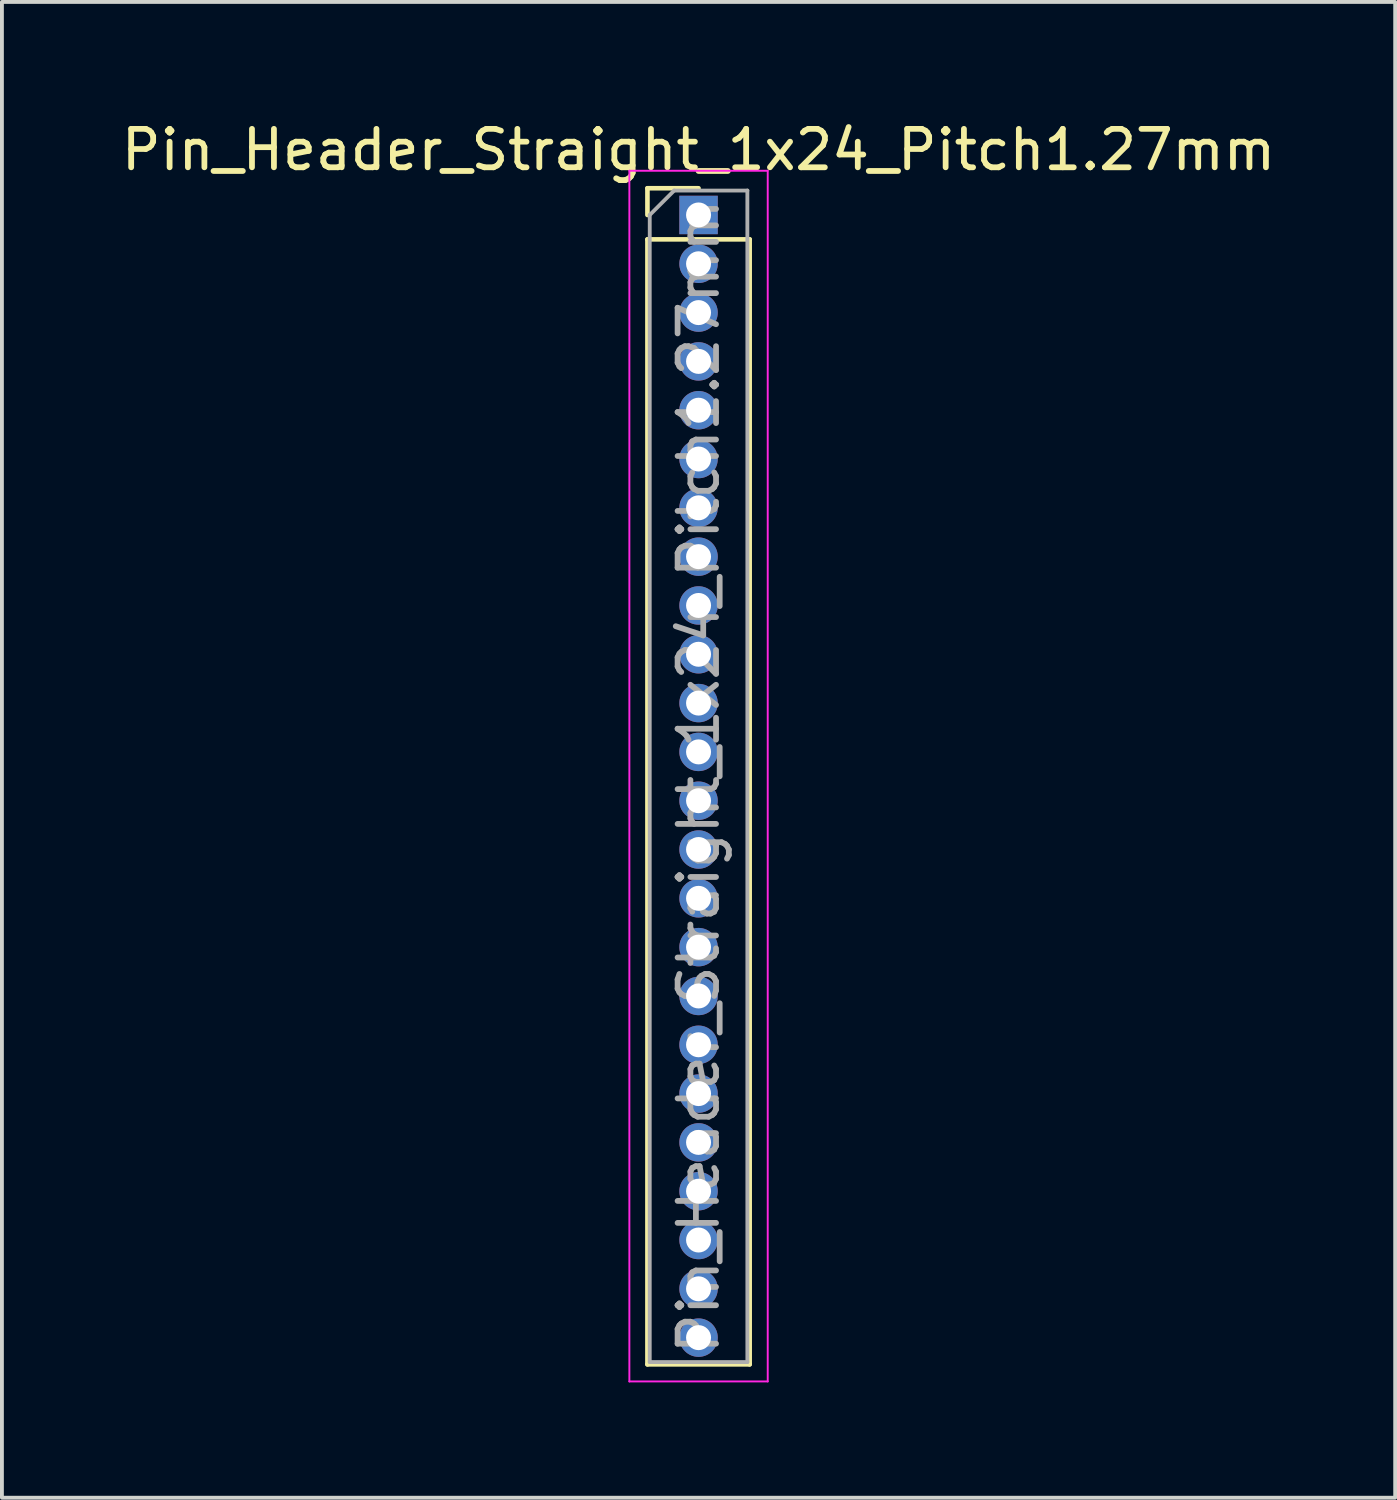
<source format=kicad_pcb>
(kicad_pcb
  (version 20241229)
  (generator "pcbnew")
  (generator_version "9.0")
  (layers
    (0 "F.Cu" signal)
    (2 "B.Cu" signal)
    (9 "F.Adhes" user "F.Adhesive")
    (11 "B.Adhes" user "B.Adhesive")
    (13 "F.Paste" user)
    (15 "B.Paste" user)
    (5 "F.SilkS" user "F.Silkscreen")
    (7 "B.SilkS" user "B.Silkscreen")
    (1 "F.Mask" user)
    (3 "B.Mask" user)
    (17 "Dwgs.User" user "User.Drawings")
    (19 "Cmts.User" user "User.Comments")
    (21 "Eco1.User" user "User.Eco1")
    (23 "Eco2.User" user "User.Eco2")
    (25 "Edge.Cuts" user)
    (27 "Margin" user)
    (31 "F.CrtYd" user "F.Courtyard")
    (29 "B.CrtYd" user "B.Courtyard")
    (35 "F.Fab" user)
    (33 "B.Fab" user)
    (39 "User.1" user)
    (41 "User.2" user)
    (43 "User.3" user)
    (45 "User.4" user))
  (footprint "Pin_Header_Straight_1x24_Pitch1.27mm"
    (layer "F.Cu")
    (at 15.125 2.543)
    (property "Reference" "Pin_Header_Straight_1x24_Pitch1.27mm" (at 0 -1.695 0) (layer "F.SilkS") (effects (font (size 1 1) (thickness 0.15))))
    (attr through_hole)
    (fp_line (start -1.33 -0.695) (end 0 -0.695) (stroke (width 0.12) (type solid)) (layer "F.SilkS"))
    (fp_line (start -1.33 0) (end -1.33 -0.695) (stroke (width 0.12) (type solid)) (layer "F.SilkS"))
    (fp_line (start -1.33 0.635) (end -1.33 29.905) (stroke (width 0.12) (type solid)) (layer "F.SilkS"))
    (fp_line (start -1.33 29.905) (end 1.33 29.905) (stroke (width 0.12) (type solid)) (layer "F.SilkS"))
    (fp_line (start 1.33 0.635) (end -1.33 0.635) (stroke (width 0.12) (type solid)) (layer "F.SilkS"))
    (fp_line (start 1.33 29.905) (end 1.33 0.635) (stroke (width 0.12) (type solid)) (layer "F.SilkS"))
    (fp_line (start -1.8 -1.15) (end -1.8 30.35) (stroke (width 0.05) (type solid)) (layer "F.CrtYd"))
    (fp_line (start -1.8 30.35) (end 1.8 30.35) (stroke (width 0.05) (type solid)) (layer "F.CrtYd"))
    (fp_line (start 1.8 -1.15) (end -1.8 -1.15) (stroke (width 0.05) (type solid)) (layer "F.CrtYd"))
    (fp_line (start 1.8 30.35) (end 1.8 -1.15) (stroke (width 0.05) (type solid)) (layer "F.CrtYd"))
    (fp_line (start -1.27 0) (end -0.635 -0.635) (stroke (width 0.1) (type solid)) (layer "F.Fab"))
    (fp_line (start -1.27 29.845) (end -1.27 0) (stroke (width 0.1) (type solid)) (layer "F.Fab"))
    (fp_line (start -0.635 -0.635) (end 1.27 -0.635) (stroke (width 0.1) (type solid)) (layer "F.Fab"))
    (fp_line (start 1.27 -0.635) (end 1.27 29.845) (stroke (width 0.1) (type solid)) (layer "F.Fab"))
    (fp_line (start 1.27 29.845) (end -1.27 29.845) (stroke (width 0.1) (type solid)) (layer "F.Fab"))
    (fp_text user "${REFERENCE}" (at 0 14.605 90) (layer "F.Fab") (effects (font (size 1 1) (thickness 0.15))))
    (pad "1" thru_hole rect (at 0 0) (size 1 1) (drill 0.65) (layers "*.Cu" "*.Mask"))
    (pad "2" thru_hole oval (at 0 1.27) (size 1 1) (drill 0.65) (layers "*.Cu" "*.Mask"))
    (pad "3" thru_hole oval (at 0 2.54) (size 1 1) (drill 0.65) (layers "*.Cu" "*.Mask"))
    (pad "4" thru_hole oval (at 0 3.81) (size 1 1) (drill 0.65) (layers "*.Cu" "*.Mask"))
    (pad "5" thru_hole oval (at 0 5.08) (size 1 1) (drill 0.65) (layers "*.Cu" "*.Mask"))
    (pad "6" thru_hole oval (at 0 6.35) (size 1 1) (drill 0.65) (layers "*.Cu" "*.Mask"))
    (pad "7" thru_hole oval (at 0 7.62) (size 1 1) (drill 0.65) (layers "*.Cu" "*.Mask"))
    (pad "8" thru_hole oval (at 0 8.89) (size 1 1) (drill 0.65) (layers "*.Cu" "*.Mask"))
    (pad "9" thru_hole oval (at 0 10.16) (size 1 1) (drill 0.65) (layers "*.Cu" "*.Mask"))
    (pad "10" thru_hole oval (at 0 11.43) (size 1 1) (drill 0.65) (layers "*.Cu" "*.Mask"))
    (pad "11" thru_hole oval (at 0 12.7) (size 1 1) (drill 0.65) (layers "*.Cu" "*.Mask"))
    (pad "12" thru_hole oval (at 0 13.97) (size 1 1) (drill 0.65) (layers "*.Cu" "*.Mask"))
    (pad "13" thru_hole oval (at 0 15.24) (size 1 1) (drill 0.65) (layers "*.Cu" "*.Mask"))
    (pad "14" thru_hole oval (at 0 16.51) (size 1 1) (drill 0.65) (layers "*.Cu" "*.Mask"))
    (pad "15" thru_hole oval (at 0 17.78) (size 1 1) (drill 0.65) (layers "*.Cu" "*.Mask"))
    (pad "16" thru_hole oval (at 0 19.05) (size 1 1) (drill 0.65) (layers "*.Cu" "*.Mask"))
    (pad "17" thru_hole oval (at 0 20.32) (size 1 1) (drill 0.65) (layers "*.Cu" "*.Mask"))
    (pad "18" thru_hole oval (at 0 21.59) (size 1 1) (drill 0.65) (layers "*.Cu" "*.Mask"))
    (pad "19" thru_hole oval (at 0 22.86) (size 1 1) (drill 0.65) (layers "*.Cu" "*.Mask"))
    (pad "20" thru_hole oval (at 0 24.13) (size 1 1) (drill 0.65) (layers "*.Cu" "*.Mask"))
    (pad "21" thru_hole oval (at 0 25.4) (size 1 1) (drill 0.65) (layers "*.Cu" "*.Mask"))
    (pad "22" thru_hole oval (at 0 26.67) (size 1 1) (drill 0.65) (layers "*.Cu" "*.Mask"))
    (pad "23" thru_hole oval (at 0 27.94) (size 1 1) (drill 0.65) (layers "*.Cu" "*.Mask"))
    (pad "24" thru_hole oval (at 0 29.21) (size 1 1) (drill 0.65) (layers "*.Cu" "*.Mask")))
  (gr_rect
    (start -3 -3)
    (end 33.25 35.918)
    (stroke (width 0.1) (type default))
    (fill no)
    (layer "Edge.Cuts")))
</source>
